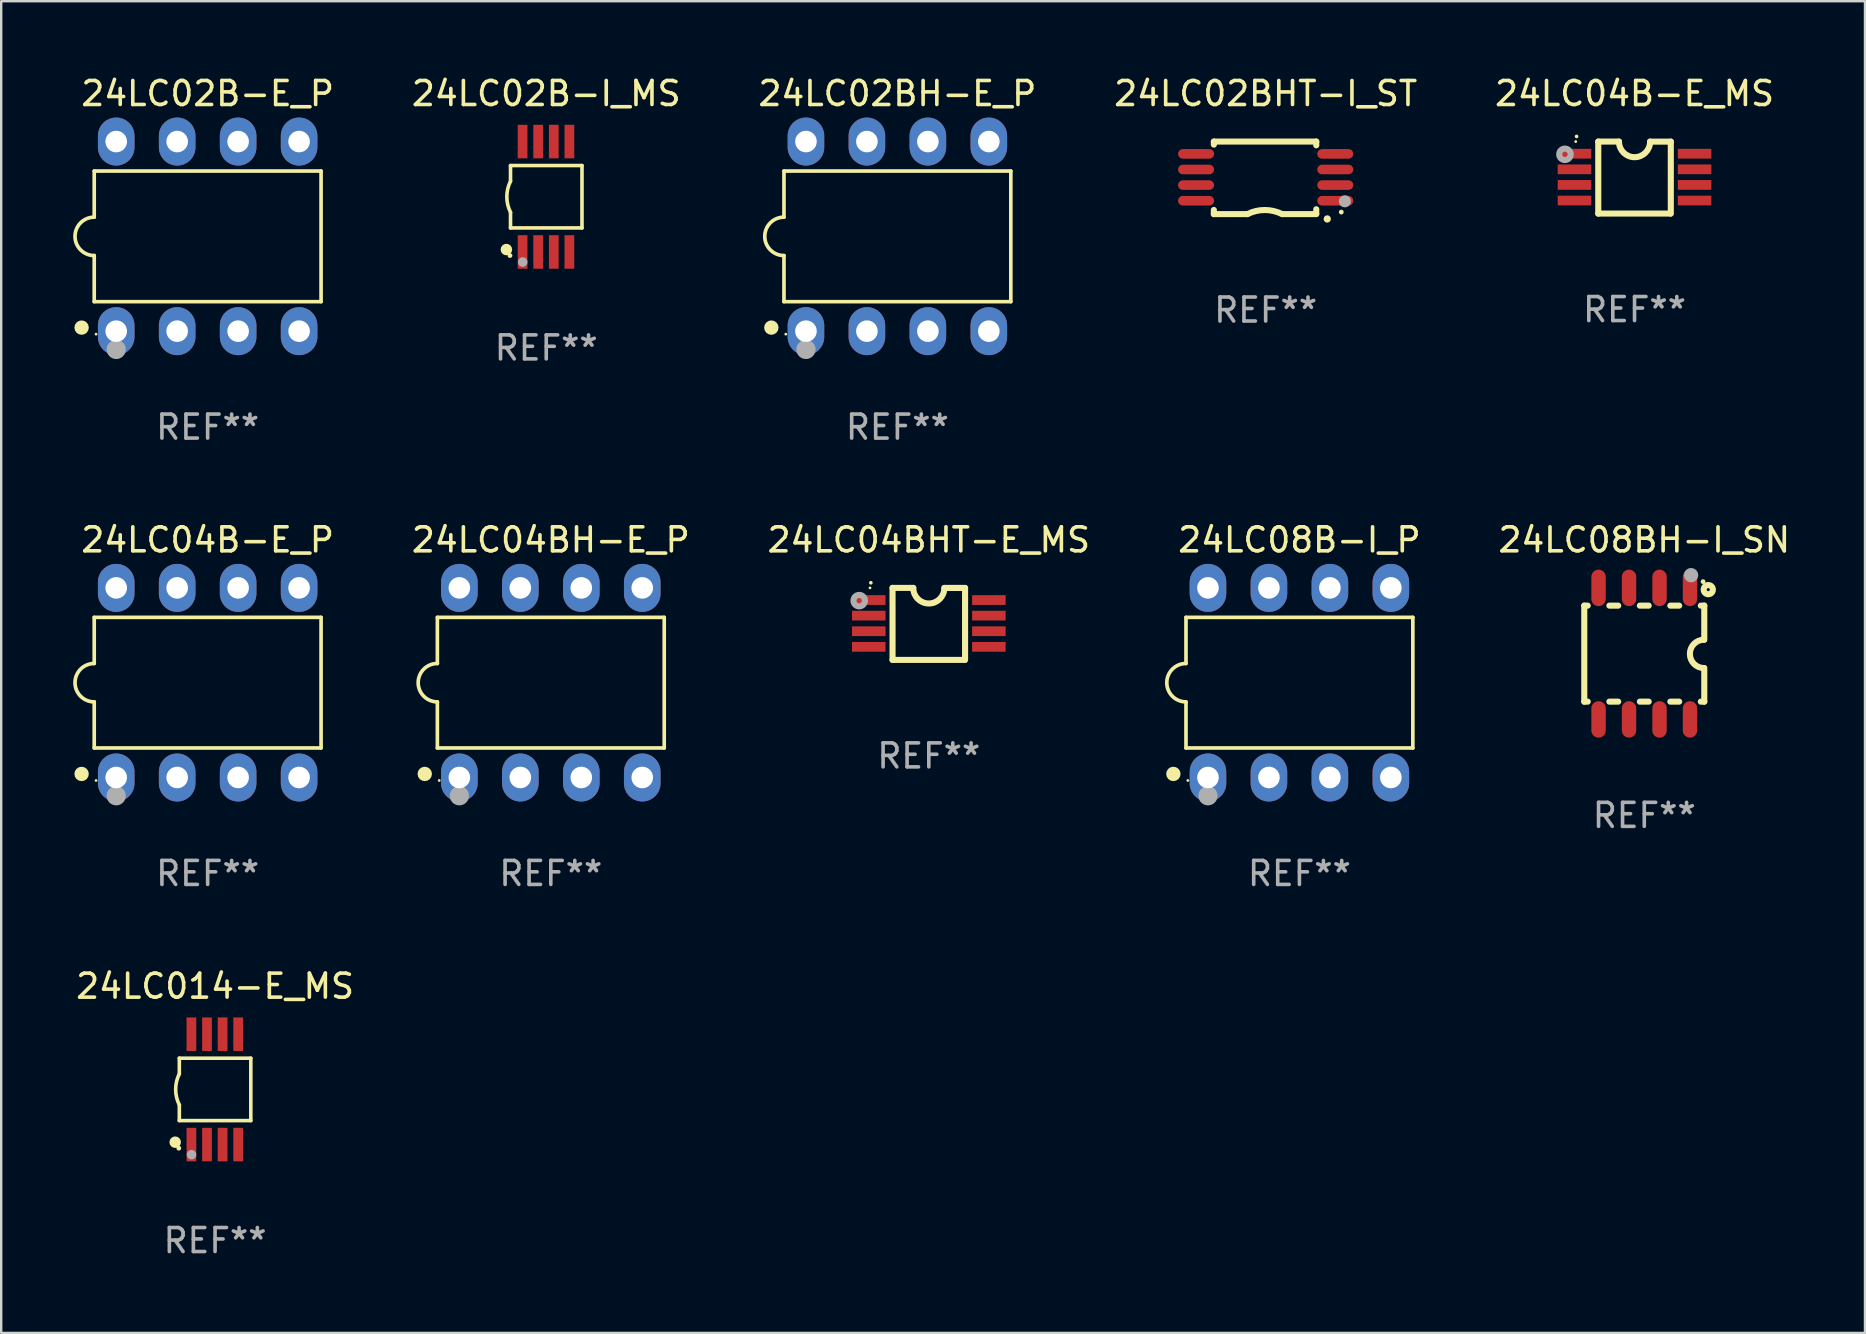
<source format=kicad_pcb>
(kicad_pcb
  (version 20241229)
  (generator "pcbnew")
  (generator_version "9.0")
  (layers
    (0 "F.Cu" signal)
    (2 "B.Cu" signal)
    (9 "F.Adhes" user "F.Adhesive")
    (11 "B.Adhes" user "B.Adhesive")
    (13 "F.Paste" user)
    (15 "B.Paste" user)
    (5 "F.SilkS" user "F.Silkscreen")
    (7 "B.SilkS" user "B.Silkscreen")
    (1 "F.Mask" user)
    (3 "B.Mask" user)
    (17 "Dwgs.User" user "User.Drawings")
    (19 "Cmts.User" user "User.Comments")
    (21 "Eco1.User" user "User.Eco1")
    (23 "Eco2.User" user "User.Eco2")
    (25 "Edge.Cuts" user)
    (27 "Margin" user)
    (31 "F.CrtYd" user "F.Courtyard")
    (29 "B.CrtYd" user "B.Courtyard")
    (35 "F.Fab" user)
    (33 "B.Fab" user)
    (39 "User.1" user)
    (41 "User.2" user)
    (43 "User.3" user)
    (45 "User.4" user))
  (footprint "24LC02B-I_MS"
    (layer "F.Cu")
    (at 19.71 5.148)
    (property "Reference" "24LC02B-I_MS" (at 0 -4.3 0) (layer "F.SilkS") (effects (font (size 1 1) (thickness 0.15))))
    (attr through_hole)
    (fp_line (start -1.489 -1.3) (end -1.489 -0.648) (stroke (width 0.15) (type solid)) (layer "F.SilkS"))
    (fp_line (start -1.489 0.648) (end -1.489 1.3) (stroke (width 0.15) (type solid)) (layer "F.SilkS"))
    (fp_line (start -1.489 1.3) (end 1.489 1.3) (stroke (width 0.15) (type solid)) (layer "F.SilkS"))
    (fp_line (start 1.489 -1.3) (end -1.489 -1.3) (stroke (width 0.15) (type solid)) (layer "F.SilkS"))
    (fp_line (start 1.489 1.3) (end 1.489 -1.3) (stroke (width 0.15) (type solid)) (layer "F.SilkS"))
    (fp_arc (start -1.489205 0.647702) (mid -1.642107 0) (end -1.489205 -0.647701) (stroke (width 0.150013) (type solid)) (layer "F.SilkS"))
    (fp_circle (center -1.661 2.2) (end -1.541 2.2) (stroke (width 0.24) (type solid)) (fill no) (layer "F.SilkS"))
    (fp_circle (center -1.511 2.45) (end -1.461 2.45) (stroke (width 0.1) (type solid)) (fill no) (layer "F.SilkS"))
    (fp_circle (center -0.981 2.72) (end -0.881 2.72) (stroke (width 0.2) (type solid)) (fill no) (layer "F.Fab"))
    (fp_text user "REF**" (at 0 6.3 0) (layer "F.Fab") (effects (font (size 1 1) (thickness 0.15))))
    (pad "1" smd rect (at -0.986 2.3) (size 0.406 1.397) (layers "F.Cu" "F.Mask" "F.Paste"))
    (pad "2" smd rect (at -0.336 2.3) (size 0.406 1.397) (layers "F.Cu" "F.Mask" "F.Paste"))
    (pad "3" smd rect (at 0.314 2.3) (size 0.406 1.397) (layers "F.Cu" "F.Mask" "F.Paste"))
    (pad "4" smd rect (at 0.964 2.3) (size 0.406 1.397) (layers "F.Cu" "F.Mask" "F.Paste"))
    (pad "5" smd rect (at 0.964 -2.3) (size 0.406 1.397) (layers "F.Cu" "F.Mask" "F.Paste"))
    (pad "6" smd rect (at 0.314 -2.3) (size 0.406 1.397) (layers "F.Cu" "F.Mask" "F.Paste"))
    (pad "7" smd rect (at -0.336 -2.3) (size 0.406 1.397) (layers "F.Cu" "F.Mask" "F.Paste"))
    (pad "8" smd rect (at -0.986 -2.3) (size 0.406 1.397) (layers "F.Cu" "F.Mask" "F.Paste")))
  (footprint "24LC04B-E_MS"
    (layer "F.Cu")
    (at 65.055 4.35)
    (property "Reference" "24LC04B-E_MS" (at 0 -3.501 0) (layer "F.SilkS") (effects (font (size 1 1) (thickness 0.15))))
    (attr through_hole)
    (fp_line (start -1.511 -1.501) (end -1.511 1.499) (stroke (width 0.254) (type solid)) (layer "F.SilkS"))
    (fp_line (start -1.511 -1.501) (end -0.648 -1.501) (stroke (width 0.254) (type solid)) (layer "F.SilkS"))
    (fp_line (start -1.511 1.499) (end 1.489 1.499) (stroke (width 0.254) (type solid)) (layer "F.SilkS"))
    (fp_line (start 0.648 -1.499) (end 1.511 -1.499) (stroke (width 0.254) (type solid)) (layer "F.SilkS"))
    (fp_line (start 1.511 -1.499) (end 1.511 1.501) (stroke (width 0.254) (type solid)) (layer "F.SilkS"))
    (fp_arc (start -2.41491 -1.713233) (mid -2.414916 -1.714503) (end -2.41491 -1.715773) (stroke (width 0.150013) (type solid)) (layer "F.SilkS"))
    (fp_arc (start 0.647803 -1.498603) (mid 0.000102 -0.850902) (end -0.647599 -1.498603) (stroke (width 0.254001) (type solid)) (layer "F.SilkS"))
    (fp_circle (center -2.45 -1.501) (end -2.42 -1.501) (stroke (width 0.06) (type solid)) (fill no) (layer "F.SilkS"))
    (fp_circle (center -2.9 -0.97) (end -2.788 -0.97) (stroke (width 0.254) (type solid)) (fill no) (layer "F.Fab"))
    (fp_text user "REF**" (at 0 5.501 0) (layer "F.Fab") (effects (font (size 1 1) (thickness 0.15))))
    (pad "1" smd rect (at -2.502 -0.995) (size 1.397 0.406) (layers "F.Cu" "F.Mask" "F.Paste"))
    (pad "2" smd rect (at -2.502 -0.345) (size 1.397 0.406) (layers "F.Cu" "F.Mask" "F.Paste"))
    (pad "3" smd rect (at -2.502 0.305) (size 1.397 0.406) (layers "F.Cu" "F.Mask" "F.Paste"))
    (pad "4" smd rect (at -2.502 0.955) (size 1.397 0.406) (layers "F.Cu" "F.Mask" "F.Paste"))
    (pad "5" smd rect (at 2.502 0.955) (size 1.397 0.406) (layers "F.Cu" "F.Mask" "F.Paste"))
    (pad "6" smd rect (at 2.502 0.305) (size 1.397 0.406) (layers "F.Cu" "F.Mask" "F.Paste"))
    (pad "7" smd rect (at 2.502 -0.345) (size 1.397 0.406) (layers "F.Cu" "F.Mask" "F.Paste"))
    (pad "8" smd rect (at 2.502 -0.995) (size 1.397 0.406) (layers "F.Cu" "F.Mask" "F.Paste")))
  (footprint "24LC04BHT-E_MS"
    (layer "F.Cu")
    (at 35.65 22.946)
    (property "Reference" "24LC04BHT-E_MS" (at 0 -3.501 0) (layer "F.SilkS") (effects (font (size 1 1) (thickness 0.15))))
    (attr through_hole)
    (fp_line (start -1.511 -1.501) (end -1.511 1.499) (stroke (width 0.254) (type solid)) (layer "F.SilkS"))
    (fp_line (start -1.511 -1.501) (end -0.648 -1.501) (stroke (width 0.254) (type solid)) (layer "F.SilkS"))
    (fp_line (start -1.511 1.499) (end 1.489 1.499) (stroke (width 0.254) (type solid)) (layer "F.SilkS"))
    (fp_line (start 0.648 -1.499) (end 1.511 -1.499) (stroke (width 0.254) (type solid)) (layer "F.SilkS"))
    (fp_line (start 1.511 -1.499) (end 1.511 1.501) (stroke (width 0.254) (type solid)) (layer "F.SilkS"))
    (fp_arc (start -2.41491 -1.713233) (mid -2.414916 -1.714503) (end -2.41491 -1.715773) (stroke (width 0.150013) (type solid)) (layer "F.SilkS"))
    (fp_arc (start 0.647803 -1.498603) (mid 0.000102 -0.850902) (end -0.647599 -1.498603) (stroke (width 0.254001) (type solid)) (layer "F.SilkS"))
    (fp_circle (center -2.45 -1.501) (end -2.42 -1.501) (stroke (width 0.06) (type solid)) (fill no) (layer "F.SilkS"))
    (fp_circle (center -2.9 -0.97) (end -2.788 -0.97) (stroke (width 0.254) (type solid)) (fill no) (layer "F.Fab"))
    (fp_text user "REF**" (at 0 5.501 0) (layer "F.Fab") (effects (font (size 1 1) (thickness 0.15))))
    (pad "1" smd rect (at -2.502 -0.995) (size 1.397 0.406) (layers "F.Cu" "F.Mask" "F.Paste"))
    (pad "2" smd rect (at -2.502 -0.345) (size 1.397 0.406) (layers "F.Cu" "F.Mask" "F.Paste"))
    (pad "3" smd rect (at -2.502 0.305) (size 1.397 0.406) (layers "F.Cu" "F.Mask" "F.Paste"))
    (pad "4" smd rect (at -2.502 0.955) (size 1.397 0.406) (layers "F.Cu" "F.Mask" "F.Paste"))
    (pad "5" smd rect (at 2.502 0.955) (size 1.397 0.406) (layers "F.Cu" "F.Mask" "F.Paste"))
    (pad "6" smd rect (at 2.502 0.305) (size 1.397 0.406) (layers "F.Cu" "F.Mask" "F.Paste"))
    (pad "7" smd rect (at 2.502 -0.345) (size 1.397 0.406) (layers "F.Cu" "F.Mask" "F.Paste"))
    (pad "8" smd rect (at 2.502 -0.995) (size 1.397 0.406) (layers "F.Cu" "F.Mask" "F.Paste")))
  (footprint "24LC08B-I_P"
    (layer "F.Cu")
    (at 51.092 25.395)
    (property "Reference" "24LC08B-I_P" (at 0 -5.95 0) (layer "F.SilkS") (effects (font (size 1 1) (thickness 0.15))))
    (attr through_hole)
    (fp_line (start -4.726 -2.721) (end -4.726 -0.8) (stroke (width 0.152) (type solid)) (layer "F.SilkS"))
    (fp_line (start -4.726 0.8) (end -4.726 2.721) (stroke (width 0.152) (type solid)) (layer "F.SilkS"))
    (fp_line (start -4.726 2.721) (end 4.726 2.721) (stroke (width 0.152) (type solid)) (layer "F.SilkS"))
    (fp_line (start 4.726 -2.721) (end -4.726 -2.721) (stroke (width 0.152) (type solid)) (layer "F.SilkS"))
    (fp_line (start 4.726 2.721) (end 4.726 -2.721) (stroke (width 0.152) (type solid)) (layer "F.SilkS"))
    (fp_arc (start -4.726213 0.8) (mid -5.526213 0) (end -4.726213 -0.8) (stroke (width 0.1524) (type solid)) (layer "F.SilkS"))
    (fp_circle (center -5.252 3.802) (end -5.102 3.802) (stroke (width 0.3) (type solid)) (fill no) (layer "F.SilkS"))
    (fp_circle (center -4.65 4.075) (end -4.62 4.075) (stroke (width 0.06) (type solid)) (fill no) (layer "F.SilkS"))
    (fp_circle (center -3.81 4.712) (end -3.61 4.712) (stroke (width 0.4) (type solid)) (fill no) (layer "F.Fab"))
    (fp_text user "REF**" (at 0 7.95 0) (layer "F.Fab") (effects (font (size 1 1) (thickness 0.15))))
    (pad "1" thru_hole oval (at -3.81 3.95) (size 1.524 2) (drill 0.9) (layers "*.Cu" "*.Mask"))
    (pad "2" thru_hole oval (at -1.27 3.95) (size 1.524 2) (drill 0.9) (layers "*.Cu" "*.Mask"))
    (pad "3" thru_hole oval (at 1.27 3.95) (size 1.524 2) (drill 0.9) (layers "*.Cu" "*.Mask"))
    (pad "4" thru_hole oval (at 3.81 3.95) (size 1.524 2) (drill 0.9) (layers "*.Cu" "*.Mask"))
    (pad "5" thru_hole oval (at 3.81 -3.95) (size 1.524 2) (drill 0.9) (layers "*.Cu" "*.Mask"))
    (pad "6" thru_hole oval (at 1.27 -3.95) (size 1.524 2) (drill 0.9) (layers "*.Cu" "*.Mask"))
    (pad "7" thru_hole oval (at -1.27 -3.95) (size 1.524 2) (drill 0.9) (layers "*.Cu" "*.Mask"))
    (pad "8" thru_hole oval (at -3.81 -3.95) (size 1.524 2) (drill 0.9) (layers "*.Cu" "*.Mask")))
  (footprint "24LC014-E_MS"
    (layer "F.Cu")
    (at 5.911 42.341)
    (property "Reference" "24LC014-E_MS" (at 0 -4.3 0) (layer "F.SilkS") (effects (font (size 1 1) (thickness 0.15))))
    (attr through_hole)
    (fp_line (start -1.489 -1.3) (end -1.489 -0.648) (stroke (width 0.15) (type solid)) (layer "F.SilkS"))
    (fp_line (start -1.489 0.648) (end -1.489 1.3) (stroke (width 0.15) (type solid)) (layer "F.SilkS"))
    (fp_line (start -1.489 1.3) (end 1.489 1.3) (stroke (width 0.15) (type solid)) (layer "F.SilkS"))
    (fp_line (start 1.489 -1.3) (end -1.489 -1.3) (stroke (width 0.15) (type solid)) (layer "F.SilkS"))
    (fp_line (start 1.489 1.3) (end 1.489 -1.3) (stroke (width 0.15) (type solid)) (layer "F.SilkS"))
    (fp_arc (start -1.489205 0.647702) (mid -1.642107 0) (end -1.489205 -0.647701) (stroke (width 0.150013) (type solid)) (layer "F.SilkS"))
    (fp_circle (center -1.661 2.2) (end -1.541 2.2) (stroke (width 0.24) (type solid)) (fill no) (layer "F.SilkS"))
    (fp_circle (center -1.511 2.45) (end -1.461 2.45) (stroke (width 0.1) (type solid)) (fill no) (layer "F.SilkS"))
    (fp_circle (center -0.981 2.72) (end -0.881 2.72) (stroke (width 0.2) (type solid)) (fill no) (layer "F.Fab"))
    (fp_text user "REF**" (at 0 6.3 0) (layer "F.Fab") (effects (font (size 1 1) (thickness 0.15))))
    (pad "1" smd rect (at -0.986 2.3) (size 0.406 1.397) (layers "F.Cu" "F.Mask" "F.Paste"))
    (pad "2" smd rect (at -0.336 2.3) (size 0.406 1.397) (layers "F.Cu" "F.Mask" "F.Paste"))
    (pad "3" smd rect (at 0.314 2.3) (size 0.406 1.397) (layers "F.Cu" "F.Mask" "F.Paste"))
    (pad "4" smd rect (at 0.964 2.3) (size 0.406 1.397) (layers "F.Cu" "F.Mask" "F.Paste"))
    (pad "5" smd rect (at 0.964 -2.3) (size 0.406 1.397) (layers "F.Cu" "F.Mask" "F.Paste"))
    (pad "6" smd rect (at 0.314 -2.3) (size 0.406 1.397) (layers "F.Cu" "F.Mask" "F.Paste"))
    (pad "7" smd rect (at -0.336 -2.3) (size 0.406 1.397) (layers "F.Cu" "F.Mask" "F.Paste"))
    (pad "8" smd rect (at -0.986 -2.3) (size 0.406 1.397) (layers "F.Cu" "F.Mask" "F.Paste")))
  (footprint "24LC02BHT-I_ST"
    (layer "F.Cu")
    (at 49.686 4.36)
    (property "Reference" "24LC02BHT-I_ST" (at 0 -3.511 0) (layer "F.SilkS") (effects (font (size 1 1) (thickness 0.15))))
    (attr through_hole)
    (fp_line (start -2.159 -1.511) (end 2.108 -1.511) (stroke (width 0.254) (type solid)) (layer "F.SilkS"))
    (fp_line (start -2.159 -1.384) (end -2.159 -1.511) (stroke (width 0.254) (type solid)) (layer "F.SilkS"))
    (fp_line (start -2.159 1.511) (end -2.159 1.339) (stroke (width 0.254) (type solid)) (layer "F.SilkS"))
    (fp_line (start -0.762 1.511) (end -2.159 1.511) (stroke (width 0.254) (type solid)) (layer "F.SilkS"))
    (fp_line (start 2.108 -1.511) (end 2.108 -1.355) (stroke (width 0.254) (type solid)) (layer "F.SilkS"))
    (fp_line (start 2.108 1.309) (end 2.108 1.486) (stroke (width 0.254) (type solid)) (layer "F.SilkS"))
    (fp_line (start 2.108 1.511) (end 0.711 1.511) (stroke (width 0.254) (type solid)) (layer "F.SilkS"))
    (fp_arc (start -0.762002 1.511303) (mid -0.0381 1.340413) (end 0.685801 1.511303) (stroke (width 0.254001) (type solid)) (layer "F.SilkS"))
    (fp_arc (start 2.565405 1.714503) (mid 2.5654 1.713233) (end 2.565405 1.711963) (stroke (width 0.3) (type solid)) (layer "F.SilkS"))
    (fp_circle (center 3.15 1.427) (end 3.2 1.427) (stroke (width 0.1) (type solid)) (fill no) (layer "F.SilkS"))
    (fp_circle (center 3.3 0.977) (end 3.427 0.977) (stroke (width 0.254) (type solid)) (fill no) (layer "F.Fab"))
    (fp_text user "REF**" (at 0 5.511 0) (layer "F.Fab") (effects (font (size 1 1) (thickness 0.15))))
    (pad "1" smd oval (at 2.9 0.953 270) (size 0.4 1.5) (layers "F.Cu" "F.Mask" "F.Paste"))
    (pad "2" smd oval (at 2.9 0.302 270) (size 0.4 1.5) (layers "F.Cu" "F.Mask" "F.Paste"))
    (pad "3" smd oval (at 2.9 -0.348 270) (size 0.4 1.5) (layers "F.Cu" "F.Mask" "F.Paste"))
    (pad "4" smd oval (at 2.9 -0.998 270) (size 0.4 1.5) (layers "F.Cu" "F.Mask" "F.Paste"))
    (pad "5" smd oval (at -2.9 -0.998 270) (size 0.4 1.5) (layers "F.Cu" "F.Mask" "F.Paste"))
    (pad "6" smd oval (at -2.9 -0.348 270) (size 0.4 1.5) (layers "F.Cu" "F.Mask" "F.Paste"))
    (pad "7" smd oval (at -2.9 0.302 270) (size 0.4 1.5) (layers "F.Cu" "F.Mask" "F.Paste"))
    (pad "8" smd oval (at -2.9 0.953 270) (size 0.4 1.5) (layers "F.Cu" "F.Mask" "F.Paste")))
  (footprint "24LC02BH-E_P"
    (layer "F.Cu")
    (at 34.341 6.798)
    (property "Reference" "24LC02BH-E_P" (at 0 -5.95 0) (layer "F.SilkS") (effects (font (size 1 1) (thickness 0.15))))
    (attr through_hole)
    (fp_line (start -4.726 -2.721) (end -4.726 -0.8) (stroke (width 0.152) (type solid)) (layer "F.SilkS"))
    (fp_line (start -4.726 0.8) (end -4.726 2.721) (stroke (width 0.152) (type solid)) (layer "F.SilkS"))
    (fp_line (start -4.726 2.721) (end 4.726 2.721) (stroke (width 0.152) (type solid)) (layer "F.SilkS"))
    (fp_line (start 4.726 -2.721) (end -4.726 -2.721) (stroke (width 0.152) (type solid)) (layer "F.SilkS"))
    (fp_line (start 4.726 2.721) (end 4.726 -2.721) (stroke (width 0.152) (type solid)) (layer "F.SilkS"))
    (fp_arc (start -4.726213 0.8) (mid -5.526213 0) (end -4.726213 -0.8) (stroke (width 0.1524) (type solid)) (layer "F.SilkS"))
    (fp_circle (center -5.252 3.802) (end -5.102 3.802) (stroke (width 0.3) (type solid)) (fill no) (layer "F.SilkS"))
    (fp_circle (center -4.65 4.075) (end -4.62 4.075) (stroke (width 0.06) (type solid)) (fill no) (layer "F.SilkS"))
    (fp_circle (center -3.81 4.712) (end -3.61 4.712) (stroke (width 0.4) (type solid)) (fill no) (layer "F.Fab"))
    (fp_text user "REF**" (at 0 7.95 0) (layer "F.Fab") (effects (font (size 1 1) (thickness 0.15))))
    (pad "1" thru_hole oval (at -3.81 3.95) (size 1.524 2) (drill 0.9) (layers "*.Cu" "*.Mask"))
    (pad "2" thru_hole oval (at -1.27 3.95) (size 1.524 2) (drill 0.9) (layers "*.Cu" "*.Mask"))
    (pad "3" thru_hole oval (at 1.27 3.95) (size 1.524 2) (drill 0.9) (layers "*.Cu" "*.Mask"))
    (pad "4" thru_hole oval (at 3.81 3.95) (size 1.524 2) (drill 0.9) (layers "*.Cu" "*.Mask"))
    (pad "5" thru_hole oval (at 3.81 -3.95) (size 1.524 2) (drill 0.9) (layers "*.Cu" "*.Mask"))
    (pad "6" thru_hole oval (at 1.27 -3.95) (size 1.524 2) (drill 0.9) (layers "*.Cu" "*.Mask"))
    (pad "7" thru_hole oval (at -1.27 -3.95) (size 1.524 2) (drill 0.9) (layers "*.Cu" "*.Mask"))
    (pad "8" thru_hole oval (at -3.81 -3.95) (size 1.524 2) (drill 0.9) (layers "*.Cu" "*.Mask")))
  (footprint "24LC02B-E_P"
    (layer "F.Cu")
    (at 5.602 6.798)
    (property "Reference" "24LC02B-E_P" (at 0 -5.95 0) (layer "F.SilkS") (effects (font (size 1 1) (thickness 0.15))))
    (attr through_hole)
    (fp_line (start -4.726 -2.721) (end -4.726 -0.8) (stroke (width 0.152) (type solid)) (layer "F.SilkS"))
    (fp_line (start -4.726 0.8) (end -4.726 2.721) (stroke (width 0.152) (type solid)) (layer "F.SilkS"))
    (fp_line (start -4.726 2.721) (end 4.726 2.721) (stroke (width 0.152) (type solid)) (layer "F.SilkS"))
    (fp_line (start 4.726 -2.721) (end -4.726 -2.721) (stroke (width 0.152) (type solid)) (layer "F.SilkS"))
    (fp_line (start 4.726 2.721) (end 4.726 -2.721) (stroke (width 0.152) (type solid)) (layer "F.SilkS"))
    (fp_arc (start -4.726213 0.8) (mid -5.526213 0) (end -4.726213 -0.8) (stroke (width 0.1524) (type solid)) (layer "F.SilkS"))
    (fp_circle (center -5.252 3.802) (end -5.102 3.802) (stroke (width 0.3) (type solid)) (fill no) (layer "F.SilkS"))
    (fp_circle (center -4.65 4.075) (end -4.62 4.075) (stroke (width 0.06) (type solid)) (fill no) (layer "F.SilkS"))
    (fp_circle (center -3.81 4.712) (end -3.61 4.712) (stroke (width 0.4) (type solid)) (fill no) (layer "F.Fab"))
    (fp_text user "REF**" (at 0 7.95 0) (layer "F.Fab") (effects (font (size 1 1) (thickness 0.15))))
    (pad "1" thru_hole oval (at -3.81 3.95) (size 1.524 2) (drill 0.9) (layers "*.Cu" "*.Mask"))
    (pad "2" thru_hole oval (at -1.27 3.95) (size 1.524 2) (drill 0.9) (layers "*.Cu" "*.Mask"))
    (pad "3" thru_hole oval (at 1.27 3.95) (size 1.524 2) (drill 0.9) (layers "*.Cu" "*.Mask"))
    (pad "4" thru_hole oval (at 3.81 3.95) (size 1.524 2) (drill 0.9) (layers "*.Cu" "*.Mask"))
    (pad "5" thru_hole oval (at 3.81 -3.95) (size 1.524 2) (drill 0.9) (layers "*.Cu" "*.Mask"))
    (pad "6" thru_hole oval (at 1.27 -3.95) (size 1.524 2) (drill 0.9) (layers "*.Cu" "*.Mask"))
    (pad "7" thru_hole oval (at -1.27 -3.95) (size 1.524 2) (drill 0.9) (layers "*.Cu" "*.Mask"))
    (pad "8" thru_hole oval (at -3.81 -3.95) (size 1.524 2) (drill 0.9) (layers "*.Cu" "*.Mask")))
  (footprint "24LC08BH-I_SN"
    (layer "F.Cu")
    (at 65.461 24.185)
    (property "Reference" "24LC08BH-I_SN" (at 0 -4.74 0) (layer "F.SilkS") (effects (font (size 1 1) (thickness 0.15))))
    (attr through_hole)
    (fp_line (start -2.5 2) (end -2.5 -2) (stroke (width 0.254) (type solid)) (layer "F.SilkS"))
    (fp_line (start -2.356 -2) (end -2.5 -2) (stroke (width 0.254) (type solid)) (layer "F.SilkS"))
    (fp_line (start -2.356 2) (end -2.5 2) (stroke (width 0.254) (type solid)) (layer "F.SilkS"))
    (fp_line (start -1.086 -2) (end -1.454 -2) (stroke (width 0.254) (type solid)) (layer "F.SilkS"))
    (fp_line (start -1.086 2) (end -1.454 2) (stroke (width 0.254) (type solid)) (layer "F.SilkS"))
    (fp_line (start 0.184 -2) (end -0.184 -2) (stroke (width 0.254) (type solid)) (layer "F.SilkS"))
    (fp_line (start 0.184 2) (end -0.184 2) (stroke (width 0.254) (type solid)) (layer "F.SilkS"))
    (fp_line (start 1.454 -2) (end 1.086 -2) (stroke (width 0.254) (type solid)) (layer "F.SilkS"))
    (fp_line (start 1.454 2) (end 1.086 2) (stroke (width 0.254) (type solid)) (layer "F.SilkS"))
    (fp_line (start 2.5 -2) (end 2.356 -2) (stroke (width 0.254) (type solid)) (layer "F.SilkS"))
    (fp_line (start 2.5 -0.58) (end 2.5 -2) (stroke (width 0.254) (type solid)) (layer "F.SilkS"))
    (fp_line (start 2.5 2) (end 2.356 2) (stroke (width 0.254) (type solid)) (layer "F.SilkS"))
    (fp_line (start 2.5 2) (end 2.5 0.6) (stroke (width 0.254) (type solid)) (layer "F.SilkS"))
    (fp_arc (start 2.489992 0.600051) (mid 1.901674 0.010046) (end 2.489992 -0.579959) (stroke (width 0.254001) (type solid)) (layer "F.SilkS"))
    (fp_circle (center 2.45 -3) (end 2.5 -3) (stroke (width 0.1) (type solid)) (fill no) (layer "F.SilkS"))
    (fp_circle (center 2.667 -2.667) (end 2.858 -2.667) (stroke (width 0.254) (type solid)) (fill no) (layer "F.SilkS"))
    (fp_circle (center 1.95 -3.27) (end 2.1 -3.27) (stroke (width 0.3) (type solid)) (fill no) (layer "F.Fab"))
    (fp_text user "REF**" (at 0 6.74 0) (layer "F.Fab") (effects (font (size 1 1) (thickness 0.15))))
    (pad "1" smd oval (at 1.905 -2.74) (size 0.6 1.52) (layers "F.Cu" "F.Mask" "F.Paste"))
    (pad "2" smd oval (at 0.635 -2.74) (size 0.6 1.52) (layers "F.Cu" "F.Mask" "F.Paste"))
    (pad "3" smd oval (at -0.635 -2.74) (size 0.6 1.52) (layers "F.Cu" "F.Mask" "F.Paste"))
    (pad "4" smd oval (at -1.905 -2.74) (size 0.6 1.52) (layers "F.Cu" "F.Mask" "F.Paste"))
    (pad "5" smd oval (at -1.905 2.74) (size 0.6 1.52) (layers "F.Cu" "F.Mask" "F.Paste"))
    (pad "6" smd oval (at -0.635 2.74) (size 0.6 1.52) (layers "F.Cu" "F.Mask" "F.Paste"))
    (pad "7" smd oval (at 0.635 2.74) (size 0.6 1.52) (layers "F.Cu" "F.Mask" "F.Paste"))
    (pad "8" smd oval (at 1.905 2.74) (size 0.6 1.52) (layers "F.Cu" "F.Mask" "F.Paste")))
  (footprint "24LC04B-E_P"
    (layer "F.Cu")
    (at 5.602 25.395)
    (property "Reference" "24LC04B-E_P" (at 0 -5.95 0) (layer "F.SilkS") (effects (font (size 1 1) (thickness 0.15))))
    (attr through_hole)
    (fp_line (start -4.726 -2.721) (end -4.726 -0.8) (stroke (width 0.152) (type solid)) (layer "F.SilkS"))
    (fp_line (start -4.726 0.8) (end -4.726 2.721) (stroke (width 0.152) (type solid)) (layer "F.SilkS"))
    (fp_line (start -4.726 2.721) (end 4.726 2.721) (stroke (width 0.152) (type solid)) (layer "F.SilkS"))
    (fp_line (start 4.726 -2.721) (end -4.726 -2.721) (stroke (width 0.152) (type solid)) (layer "F.SilkS"))
    (fp_line (start 4.726 2.721) (end 4.726 -2.721) (stroke (width 0.152) (type solid)) (layer "F.SilkS"))
    (fp_arc (start -4.726213 0.8) (mid -5.526213 0) (end -4.726213 -0.8) (stroke (width 0.1524) (type solid)) (layer "F.SilkS"))
    (fp_circle (center -5.252 3.802) (end -5.102 3.802) (stroke (width 0.3) (type solid)) (fill no) (layer "F.SilkS"))
    (fp_circle (center -4.65 4.075) (end -4.62 4.075) (stroke (width 0.06) (type solid)) (fill no) (layer "F.SilkS"))
    (fp_circle (center -3.81 4.712) (end -3.61 4.712) (stroke (width 0.4) (type solid)) (fill no) (layer "F.Fab"))
    (fp_text user "REF**" (at 0 7.95 0) (layer "F.Fab") (effects (font (size 1 1) (thickness 0.15))))
    (pad "1" thru_hole oval (at -3.81 3.95) (size 1.524 2) (drill 0.9) (layers "*.Cu" "*.Mask"))
    (pad "2" thru_hole oval (at -1.27 3.95) (size 1.524 2) (drill 0.9) (layers "*.Cu" "*.Mask"))
    (pad "3" thru_hole oval (at 1.27 3.95) (size 1.524 2) (drill 0.9) (layers "*.Cu" "*.Mask"))
    (pad "4" thru_hole oval (at 3.81 3.95) (size 1.524 2) (drill 0.9) (layers "*.Cu" "*.Mask"))
    (pad "5" thru_hole oval (at 3.81 -3.95) (size 1.524 2) (drill 0.9) (layers "*.Cu" "*.Mask"))
    (pad "6" thru_hole oval (at 1.27 -3.95) (size 1.524 2) (drill 0.9) (layers "*.Cu" "*.Mask"))
    (pad "7" thru_hole oval (at -1.27 -3.95) (size 1.524 2) (drill 0.9) (layers "*.Cu" "*.Mask"))
    (pad "8" thru_hole oval (at -3.81 -3.95) (size 1.524 2) (drill 0.9) (layers "*.Cu" "*.Mask")))
  (footprint "24LC04BH-E_P"
    (layer "F.Cu")
    (at 19.9 25.395)
    (property "Reference" "24LC04BH-E_P" (at 0 -5.95 0) (layer "F.SilkS") (effects (font (size 1 1) (thickness 0.15))))
    (attr through_hole)
    (fp_line (start -4.726 -2.721) (end -4.726 -0.8) (stroke (width 0.152) (type solid)) (layer "F.SilkS"))
    (fp_line (start -4.726 0.8) (end -4.726 2.721) (stroke (width 0.152) (type solid)) (layer "F.SilkS"))
    (fp_line (start -4.726 2.721) (end 4.726 2.721) (stroke (width 0.152) (type solid)) (layer "F.SilkS"))
    (fp_line (start 4.726 -2.721) (end -4.726 -2.721) (stroke (width 0.152) (type solid)) (layer "F.SilkS"))
    (fp_line (start 4.726 2.721) (end 4.726 -2.721) (stroke (width 0.152) (type solid)) (layer "F.SilkS"))
    (fp_arc (start -4.726213 0.8) (mid -5.526213 0) (end -4.726213 -0.8) (stroke (width 0.1524) (type solid)) (layer "F.SilkS"))
    (fp_circle (center -5.252 3.802) (end -5.102 3.802) (stroke (width 0.3) (type solid)) (fill no) (layer "F.SilkS"))
    (fp_circle (center -4.65 4.075) (end -4.62 4.075) (stroke (width 0.06) (type solid)) (fill no) (layer "F.SilkS"))
    (fp_circle (center -3.81 4.712) (end -3.61 4.712) (stroke (width 0.4) (type solid)) (fill no) (layer "F.Fab"))
    (fp_text user "REF**" (at 0 7.95 0) (layer "F.Fab") (effects (font (size 1 1) (thickness 0.15))))
    (pad "1" thru_hole oval (at -3.81 3.95) (size 1.524 2) (drill 0.9) (layers "*.Cu" "*.Mask"))
    (pad "2" thru_hole oval (at -1.27 3.95) (size 1.524 2) (drill 0.9) (layers "*.Cu" "*.Mask"))
    (pad "3" thru_hole oval (at 1.27 3.95) (size 1.524 2) (drill 0.9) (layers "*.Cu" "*.Mask"))
    (pad "4" thru_hole oval (at 3.81 3.95) (size 1.524 2) (drill 0.9) (layers "*.Cu" "*.Mask"))
    (pad "5" thru_hole oval (at 3.81 -3.95) (size 1.524 2) (drill 0.9) (layers "*.Cu" "*.Mask"))
    (pad "6" thru_hole oval (at 1.27 -3.95) (size 1.524 2) (drill 0.9) (layers "*.Cu" "*.Mask"))
    (pad "7" thru_hole oval (at -1.27 -3.95) (size 1.524 2) (drill 0.9) (layers "*.Cu" "*.Mask"))
    (pad "8" thru_hole oval (at -3.81 -3.95) (size 1.524 2) (drill 0.9) (layers "*.Cu" "*.Mask")))
  (gr_rect
    (start -3 -3)
    (end 74.657 52.489)
    (stroke (width 0.1) (type default))
    (fill no)
    (layer "Edge.Cuts")))
</source>
